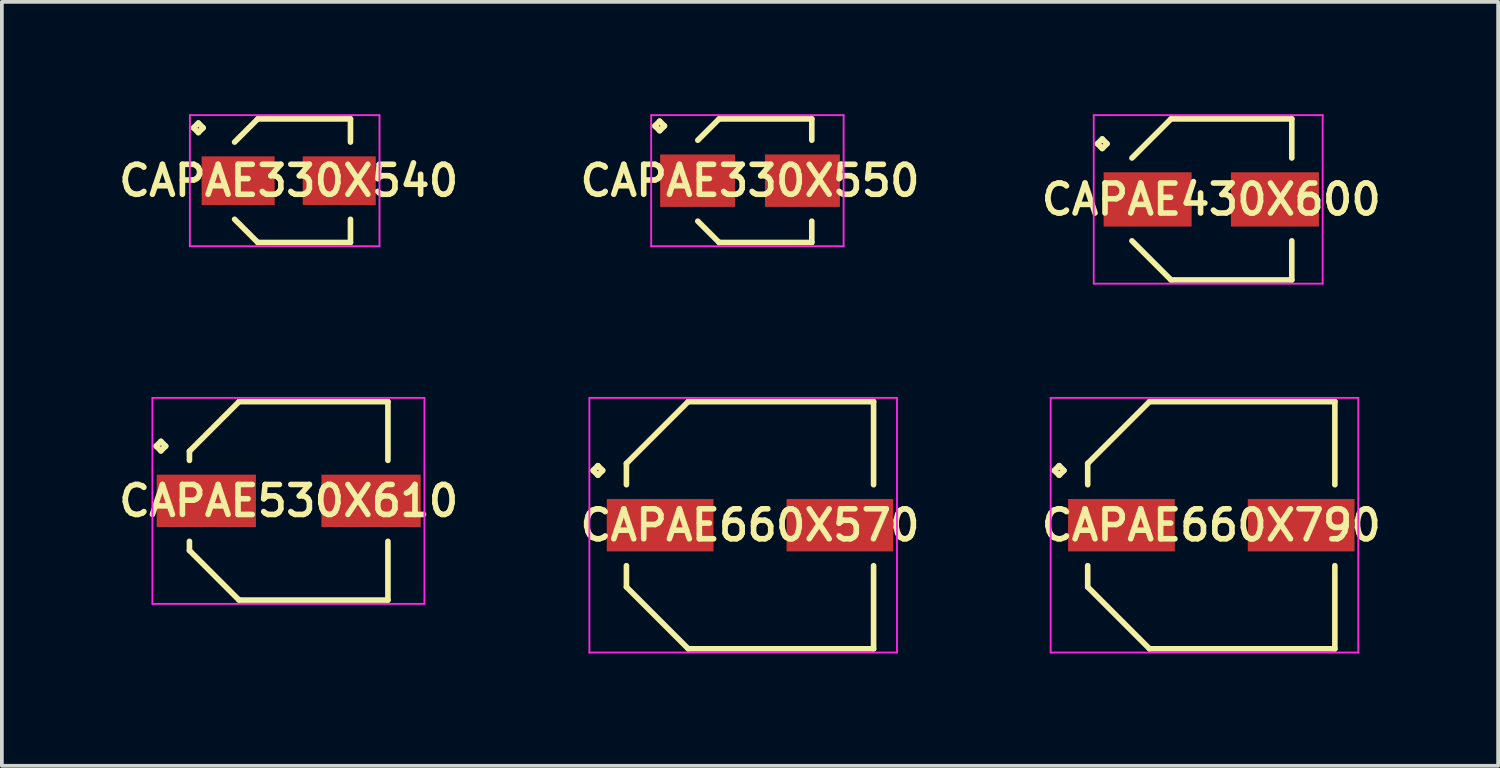
<source format=kicad_pcb>
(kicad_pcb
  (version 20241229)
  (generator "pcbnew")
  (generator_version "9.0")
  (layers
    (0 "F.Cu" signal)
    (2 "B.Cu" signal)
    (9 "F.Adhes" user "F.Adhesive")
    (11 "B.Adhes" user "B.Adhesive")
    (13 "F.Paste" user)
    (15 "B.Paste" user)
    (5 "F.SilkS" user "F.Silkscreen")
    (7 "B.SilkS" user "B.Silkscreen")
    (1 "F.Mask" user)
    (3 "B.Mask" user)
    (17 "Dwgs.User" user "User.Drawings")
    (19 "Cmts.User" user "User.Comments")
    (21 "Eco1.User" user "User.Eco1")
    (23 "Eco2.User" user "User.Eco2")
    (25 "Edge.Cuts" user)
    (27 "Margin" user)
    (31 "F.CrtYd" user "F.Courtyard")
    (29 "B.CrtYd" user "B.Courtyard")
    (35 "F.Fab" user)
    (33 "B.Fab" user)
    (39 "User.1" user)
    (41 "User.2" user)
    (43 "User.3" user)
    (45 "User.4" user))
  (footprint "CAPAE430X600"
    (layer "F.Cu")
    (at 29.296 2.275)
    (property "Reference" "CAPAE430X600" (at 0 0 0) (layer "F.SilkS") (effects (font (size 0.8 0.8) (thickness 0.15))))
    (attr smd)
    (fp_line (start -3.039 -1.487) (end -2.912 -1.614) (stroke (width 0.15) (type solid)) (layer "F.SilkS"))
    (fp_line (start -2.912 -1.614) (end -2.785 -1.487) (stroke (width 0.15) (type solid)) (layer "F.SilkS"))
    (fp_line (start -2.912 -1.36) (end -3.039 -1.487) (stroke (width 0.15) (type solid)) (layer "F.SilkS"))
    (fp_line (start -2.785 -1.487) (end -2.912 -1.36) (stroke (width 0.15) (type solid)) (layer "F.SilkS"))
    (fp_line (start -1.075 -2.15) (end -2.119 -1.106) (stroke (width 0.15) (type solid)) (layer "F.SilkS"))
    (fp_line (start -1.075 2.15) (end -2.119 1.106) (stroke (width 0.15) (type solid)) (layer "F.SilkS"))
    (fp_line (start 2.15 -2.15) (end -1.075 -2.15) (stroke (width 0.15) (type solid)) (layer "F.SilkS"))
    (fp_line (start 2.15 -1.106) (end 2.15 -2.15) (stroke (width 0.15) (type solid)) (layer "F.SilkS"))
    (fp_line (start 2.15 1.106) (end 2.15 2.15) (stroke (width 0.15) (type solid)) (layer "F.SilkS"))
    (fp_line (start 2.15 2.15) (end -1.075 2.15) (stroke (width 0.15) (type solid)) (layer "F.SilkS"))
    (fp_line (start -3.139 -2.25) (end 2.975 -2.25) (stroke (width 0.05) (type solid)) (layer "F.CrtYd"))
    (fp_line (start -3.139 2.25) (end -3.139 -2.25) (stroke (width 0.05) (type solid)) (layer "F.CrtYd"))
    (fp_line (start 2.975 -2.25) (end 2.975 2.25) (stroke (width 0.05) (type solid)) (layer "F.CrtYd"))
    (fp_line (start 2.975 2.25) (end -3.139 2.25) (stroke (width 0.05) (type solid)) (layer "F.CrtYd"))
    (pad "1" smd rect (at -1.7 0) (size 2.35 1.45) (layers "F.Cu" "F.Mask" "F.Paste"))
    (pad "2" smd rect (at 1.7 0) (size 2.35 1.45) (layers "F.Cu" "F.Mask" "F.Paste")))
  (footprint "CAPAE660X790"
    (layer "F.Cu")
    (at 29.296 10.975)
    (property "Reference" "CAPAE660X790" (at 0 0 0) (layer "F.SilkS") (effects (font (size 0.8 0.8) (thickness 0.15))))
    (attr smd)
    (fp_line (start -4.189 -1.462) (end -4.062 -1.589) (stroke (width 0.15) (type solid)) (layer "F.SilkS"))
    (fp_line (start -4.062 -1.589) (end -3.935 -1.462) (stroke (width 0.15) (type solid)) (layer "F.SilkS"))
    (fp_line (start -4.062 -1.335) (end -4.189 -1.462) (stroke (width 0.15) (type solid)) (layer "F.SilkS"))
    (fp_line (start -3.935 -1.462) (end -4.062 -1.335) (stroke (width 0.15) (type solid)) (layer "F.SilkS"))
    (fp_line (start -3.3 -1.65) (end -3.3 -1.081) (stroke (width 0.15) (type solid)) (layer "F.SilkS"))
    (fp_line (start -3.3 1.65) (end -3.3 1.081) (stroke (width 0.15) (type solid)) (layer "F.SilkS"))
    (fp_line (start -1.65 -3.3) (end -3.3 -1.65) (stroke (width 0.15) (type solid)) (layer "F.SilkS"))
    (fp_line (start -1.65 3.3) (end -3.3 1.65) (stroke (width 0.15) (type solid)) (layer "F.SilkS"))
    (fp_line (start 3.3 -3.3) (end -1.65 -3.3) (stroke (width 0.15) (type solid)) (layer "F.SilkS"))
    (fp_line (start 3.3 -1.081) (end 3.3 -3.3) (stroke (width 0.15) (type solid)) (layer "F.SilkS"))
    (fp_line (start 3.3 1.081) (end 3.3 3.3) (stroke (width 0.15) (type solid)) (layer "F.SilkS"))
    (fp_line (start 3.3 3.3) (end -1.65 3.3) (stroke (width 0.15) (type solid)) (layer "F.SilkS"))
    (fp_line (start -4.289 -3.4) (end 3.925 -3.4) (stroke (width 0.05) (type solid)) (layer "F.CrtYd"))
    (fp_line (start -4.289 3.4) (end -4.289 -3.4) (stroke (width 0.05) (type solid)) (layer "F.CrtYd"))
    (fp_line (start 3.925 -3.4) (end 3.925 3.4) (stroke (width 0.05) (type solid)) (layer "F.CrtYd"))
    (fp_line (start 3.925 3.4) (end -4.289 3.4) (stroke (width 0.05) (type solid)) (layer "F.CrtYd"))
    (pad "1" smd rect (at -2.4 0) (size 2.85 1.4) (layers "F.Cu" "F.Mask" "F.Paste"))
    (pad "2" smd rect (at 2.4 0) (size 2.85 1.4) (layers "F.Cu" "F.Mask" "F.Paste")))
  (footprint "CAPAE330X550"
    (layer "F.Cu")
    (at 16.978 1.775)
    (property "Reference" "CAPAE330X550" (at 0 0 0) (layer "F.SilkS") (effects (font (size 0.8 0.8) (thickness 0.15))))
    (attr smd)
    (fp_line (start -2.539 -1.462) (end -2.412 -1.589) (stroke (width 0.15) (type solid)) (layer "F.SilkS"))
    (fp_line (start -2.412 -1.589) (end -2.285 -1.462) (stroke (width 0.15) (type solid)) (layer "F.SilkS"))
    (fp_line (start -2.412 -1.335) (end -2.539 -1.462) (stroke (width 0.15) (type solid)) (layer "F.SilkS"))
    (fp_line (start -2.285 -1.462) (end -2.412 -1.335) (stroke (width 0.15) (type solid)) (layer "F.SilkS"))
    (fp_line (start -0.825 -1.65) (end -1.394 -1.081) (stroke (width 0.15) (type solid)) (layer "F.SilkS"))
    (fp_line (start -0.825 1.65) (end -1.394 1.081) (stroke (width 0.15) (type solid)) (layer "F.SilkS"))
    (fp_line (start 1.65 -1.65) (end -0.825 -1.65) (stroke (width 0.15) (type solid)) (layer "F.SilkS"))
    (fp_line (start 1.65 -1.081) (end 1.65 -1.65) (stroke (width 0.15) (type solid)) (layer "F.SilkS"))
    (fp_line (start 1.65 1.081) (end 1.65 1.65) (stroke (width 0.15) (type solid)) (layer "F.SilkS"))
    (fp_line (start 1.65 1.65) (end -0.825 1.65) (stroke (width 0.15) (type solid)) (layer "F.SilkS"))
    (fp_line (start -2.639 -1.75) (end 2.5 -1.75) (stroke (width 0.05) (type solid)) (layer "F.CrtYd"))
    (fp_line (start -2.639 1.75) (end -2.639 -1.75) (stroke (width 0.05) (type solid)) (layer "F.CrtYd"))
    (fp_line (start 2.5 -1.75) (end 2.5 1.75) (stroke (width 0.05) (type solid)) (layer "F.CrtYd"))
    (fp_line (start 2.5 1.75) (end -2.639 1.75) (stroke (width 0.05) (type solid)) (layer "F.CrtYd"))
    (pad "1" smd rect (at -1.4 0) (size 2 1.4) (layers "F.Cu" "F.Mask" "F.Paste"))
    (pad "2" smd rect (at 1.4 0) (size 2 1.4) (layers "F.Cu" "F.Mask" "F.Paste")))
  (footprint "CAPAE660X570"
    (layer "F.Cu")
    (at 16.978 10.975)
    (property "Reference" "CAPAE660X570" (at 0 0 0) (layer "F.SilkS") (effects (font (size 0.8 0.8) (thickness 0.15))))
    (attr smd)
    (fp_line (start -4.189 -1.462) (end -4.062 -1.589) (stroke (width 0.15) (type solid)) (layer "F.SilkS"))
    (fp_line (start -4.062 -1.589) (end -3.935 -1.462) (stroke (width 0.15) (type solid)) (layer "F.SilkS"))
    (fp_line (start -4.062 -1.335) (end -4.189 -1.462) (stroke (width 0.15) (type solid)) (layer "F.SilkS"))
    (fp_line (start -3.935 -1.462) (end -4.062 -1.335) (stroke (width 0.15) (type solid)) (layer "F.SilkS"))
    (fp_line (start -3.3 -1.65) (end -3.3 -1.081) (stroke (width 0.15) (type solid)) (layer "F.SilkS"))
    (fp_line (start -3.3 1.65) (end -3.3 1.081) (stroke (width 0.15) (type solid)) (layer "F.SilkS"))
    (fp_line (start -1.65 -3.3) (end -3.3 -1.65) (stroke (width 0.15) (type solid)) (layer "F.SilkS"))
    (fp_line (start -1.65 3.3) (end -3.3 1.65) (stroke (width 0.15) (type solid)) (layer "F.SilkS"))
    (fp_line (start 3.3 -3.3) (end -1.65 -3.3) (stroke (width 0.15) (type solid)) (layer "F.SilkS"))
    (fp_line (start 3.3 -1.081) (end 3.3 -3.3) (stroke (width 0.15) (type solid)) (layer "F.SilkS"))
    (fp_line (start 3.3 1.081) (end 3.3 3.3) (stroke (width 0.15) (type solid)) (layer "F.SilkS"))
    (fp_line (start 3.3 3.3) (end -1.65 3.3) (stroke (width 0.15) (type solid)) (layer "F.SilkS"))
    (fp_line (start -4.289 -3.4) (end 3.925 -3.4) (stroke (width 0.05) (type solid)) (layer "F.CrtYd"))
    (fp_line (start -4.289 3.4) (end -4.289 -3.4) (stroke (width 0.05) (type solid)) (layer "F.CrtYd"))
    (fp_line (start 3.925 -3.4) (end 3.925 3.4) (stroke (width 0.05) (type solid)) (layer "F.CrtYd"))
    (fp_line (start 3.925 3.4) (end -4.289 3.4) (stroke (width 0.05) (type solid)) (layer "F.CrtYd"))
    (pad "1" smd rect (at -2.4 0) (size 2.85 1.4) (layers "F.Cu" "F.Mask" "F.Paste"))
    (pad "2" smd rect (at 2.4 0) (size 2.85 1.4) (layers "F.Cu" "F.Mask" "F.Paste")))
  (footprint "CAPAE330X540"
    (layer "F.Cu")
    (at 4.659 1.775)
    (property "Reference" "CAPAE330X540" (at 0 0 0) (layer "F.SilkS") (effects (font (size 0.8 0.8) (thickness 0.15))))
    (attr smd)
    (fp_line (start -2.539 -1.412) (end -2.412 -1.539) (stroke (width 0.15) (type solid)) (layer "F.SilkS"))
    (fp_line (start -2.412 -1.539) (end -2.285 -1.412) (stroke (width 0.15) (type solid)) (layer "F.SilkS"))
    (fp_line (start -2.412 -1.285) (end -2.539 -1.412) (stroke (width 0.15) (type solid)) (layer "F.SilkS"))
    (fp_line (start -2.285 -1.412) (end -2.412 -1.285) (stroke (width 0.15) (type solid)) (layer "F.SilkS"))
    (fp_line (start -0.825 -1.65) (end -1.444 -1.031) (stroke (width 0.15) (type solid)) (layer "F.SilkS"))
    (fp_line (start -0.825 1.65) (end -1.444 1.031) (stroke (width 0.15) (type solid)) (layer "F.SilkS"))
    (fp_line (start 1.65 -1.65) (end -0.825 -1.65) (stroke (width 0.15) (type solid)) (layer "F.SilkS"))
    (fp_line (start 1.65 -1.031) (end 1.65 -1.65) (stroke (width 0.15) (type solid)) (layer "F.SilkS"))
    (fp_line (start 1.65 1.031) (end 1.65 1.65) (stroke (width 0.15) (type solid)) (layer "F.SilkS"))
    (fp_line (start 1.65 1.65) (end -0.825 1.65) (stroke (width 0.15) (type solid)) (layer "F.SilkS"))
    (fp_line (start -2.639 -1.75) (end 2.425 -1.75) (stroke (width 0.05) (type solid)) (layer "F.CrtYd"))
    (fp_line (start -2.639 1.75) (end -2.639 -1.75) (stroke (width 0.05) (type solid)) (layer "F.CrtYd"))
    (fp_line (start 2.425 -1.75) (end 2.425 1.75) (stroke (width 0.05) (type solid)) (layer "F.CrtYd"))
    (fp_line (start 2.425 1.75) (end -2.639 1.75) (stroke (width 0.05) (type solid)) (layer "F.CrtYd"))
    (pad "1" smd rect (at -1.35 0) (size 1.95 1.3) (layers "F.Cu" "F.Mask" "F.Paste"))
    (pad "2" smd rect (at 1.35 0) (size 1.95 1.3) (layers "F.Cu" "F.Mask" "F.Paste")))
  (footprint "CAPAE530X610"
    (layer "F.Cu")
    (at 4.659 10.325)
    (property "Reference" "CAPAE530X610" (at 0 0 0) (layer "F.SilkS") (effects (font (size 0.8 0.8) (thickness 0.15))))
    (attr smd)
    (fp_line (start -3.539 -1.462) (end -3.412 -1.589) (stroke (width 0.15) (type solid)) (layer "F.SilkS"))
    (fp_line (start -3.412 -1.589) (end -3.285 -1.462) (stroke (width 0.15) (type solid)) (layer "F.SilkS"))
    (fp_line (start -3.412 -1.335) (end -3.539 -1.462) (stroke (width 0.15) (type solid)) (layer "F.SilkS"))
    (fp_line (start -3.285 -1.462) (end -3.412 -1.335) (stroke (width 0.15) (type solid)) (layer "F.SilkS"))
    (fp_line (start -2.65 -1.325) (end -2.65 -1.081) (stroke (width 0.15) (type solid)) (layer "F.SilkS"))
    (fp_line (start -2.65 1.325) (end -2.65 1.081) (stroke (width 0.15) (type solid)) (layer "F.SilkS"))
    (fp_line (start -1.325 -2.65) (end -2.65 -1.325) (stroke (width 0.15) (type solid)) (layer "F.SilkS"))
    (fp_line (start -1.325 2.65) (end -2.65 1.325) (stroke (width 0.15) (type solid)) (layer "F.SilkS"))
    (fp_line (start 2.65 -2.65) (end -1.325 -2.65) (stroke (width 0.15) (type solid)) (layer "F.SilkS"))
    (fp_line (start 2.65 -1.081) (end 2.65 -2.65) (stroke (width 0.15) (type solid)) (layer "F.SilkS"))
    (fp_line (start 2.65 1.081) (end 2.65 2.65) (stroke (width 0.15) (type solid)) (layer "F.SilkS"))
    (fp_line (start 2.65 2.65) (end -1.325 2.65) (stroke (width 0.15) (type solid)) (layer "F.SilkS"))
    (fp_line (start -3.639 -2.75) (end 3.625 -2.75) (stroke (width 0.05) (type solid)) (layer "F.CrtYd"))
    (fp_line (start -3.639 2.75) (end -3.639 -2.75) (stroke (width 0.05) (type solid)) (layer "F.CrtYd"))
    (fp_line (start 3.625 -2.75) (end 3.625 2.75) (stroke (width 0.05) (type solid)) (layer "F.CrtYd"))
    (fp_line (start 3.625 2.75) (end -3.639 2.75) (stroke (width 0.05) (type solid)) (layer "F.CrtYd"))
    (pad "1" smd rect (at -2.2 0) (size 2.65 1.4) (layers "F.Cu" "F.Mask" "F.Paste"))
    (pad "2" smd rect (at 2.2 0) (size 2.65 1.4) (layers "F.Cu" "F.Mask" "F.Paste")))
  (gr_rect
    (start -3 -3)
    (end 36.956 17.4)
    (stroke (width 0.1) (type default))
    (fill no)
    (layer "Edge.Cuts")))
</source>
